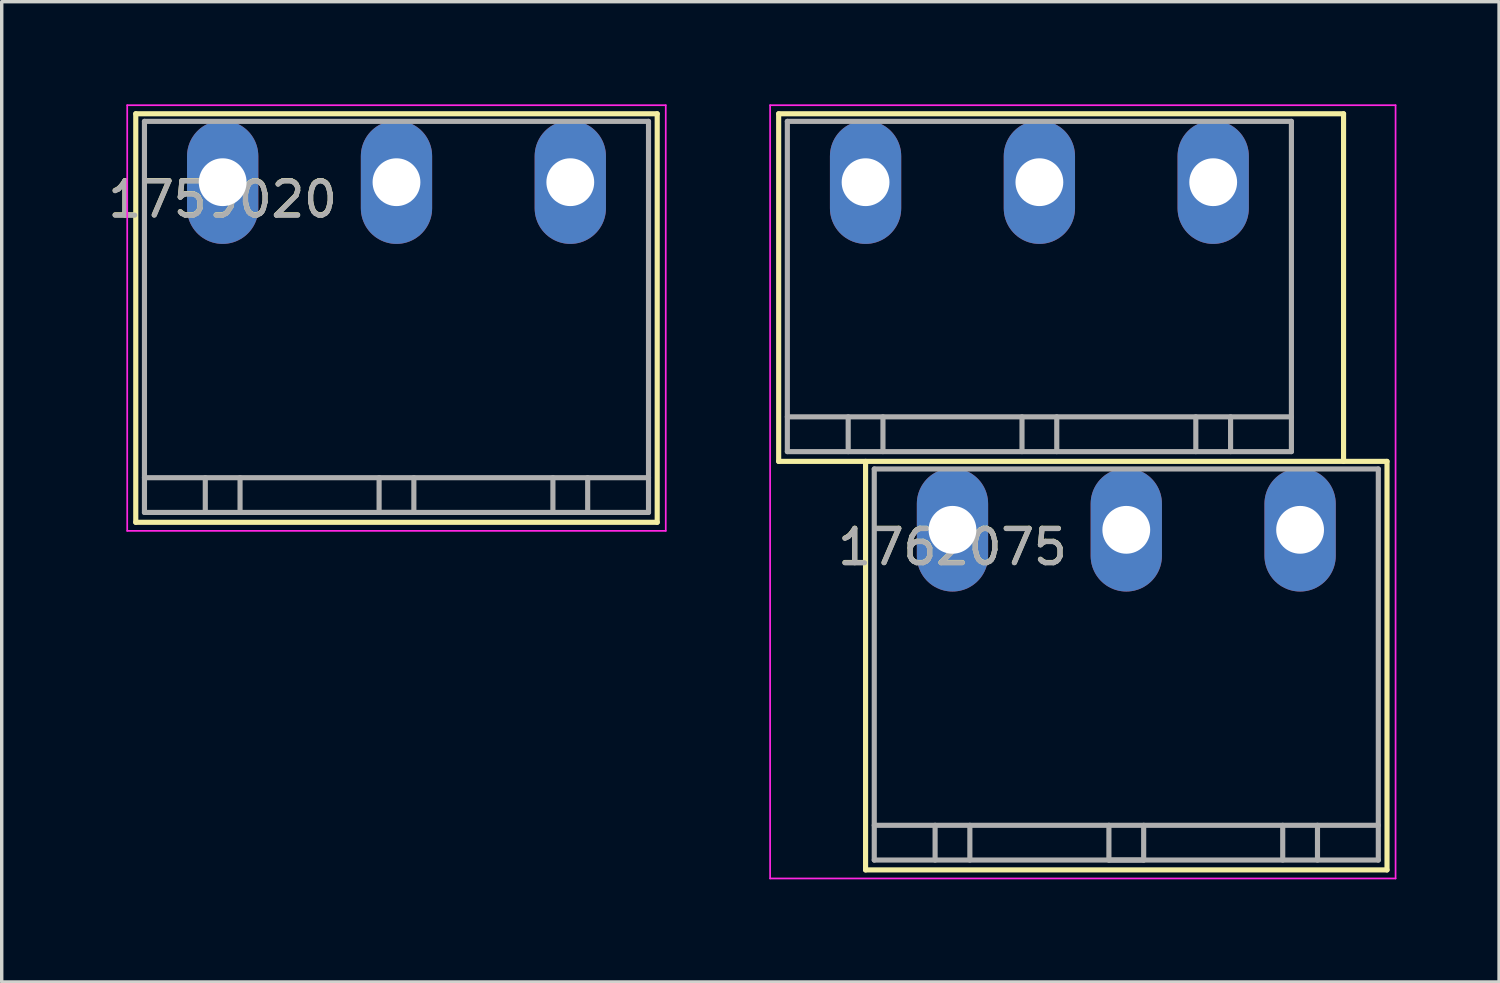
<source format=kicad_pcb>
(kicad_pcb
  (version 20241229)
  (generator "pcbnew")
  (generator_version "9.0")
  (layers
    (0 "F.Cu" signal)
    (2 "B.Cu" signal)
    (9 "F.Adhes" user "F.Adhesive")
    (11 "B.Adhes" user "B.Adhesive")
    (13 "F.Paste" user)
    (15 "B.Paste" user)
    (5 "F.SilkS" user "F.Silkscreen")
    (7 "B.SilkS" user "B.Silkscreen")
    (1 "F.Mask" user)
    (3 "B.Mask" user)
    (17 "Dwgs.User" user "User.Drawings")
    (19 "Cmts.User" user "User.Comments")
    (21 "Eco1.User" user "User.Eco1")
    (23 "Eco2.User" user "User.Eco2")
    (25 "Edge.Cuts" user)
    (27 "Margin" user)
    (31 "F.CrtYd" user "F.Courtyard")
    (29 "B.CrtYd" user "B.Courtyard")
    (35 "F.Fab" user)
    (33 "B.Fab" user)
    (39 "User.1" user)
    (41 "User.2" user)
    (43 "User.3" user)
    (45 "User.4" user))
  (footprint "1762075"
    (layer "F.Cu")
    (at 24.788 12.435)
    (property "Reference" "1762075" (at 0 0.5 0) (layer "F.SilkS") (effects (font (size 1 1) (thickness 0.15))))
    (attr through_hole)
    (fp_line (start -5.08 -12.16) (end -5.08 -2) (stroke (width 0.15) (type solid)) (layer "F.SilkS"))
    (fp_line (start -5.08 -12.16) (end 11.43 -12.16) (stroke (width 0.15) (type solid)) (layer "F.SilkS"))
    (fp_line (start -5.08 -2) (end 12.7 -2) (stroke (width 0.15) (type solid)) (layer "F.SilkS"))
    (fp_line (start -2.54 -2) (end -2.54 9.94) (stroke (width 0.15) (type solid)) (layer "F.SilkS"))
    (fp_line (start -2.54 9.94) (end 12.7 9.94) (stroke (width 0.15) (type solid)) (layer "F.SilkS"))
    (fp_line (start 11.43 -12.16) (end 11.43 -2) (stroke (width 0.15) (type solid)) (layer "F.SilkS"))
    (fp_line (start 12.7 -2) (end 12.7 9.94) (stroke (width 0.15) (type solid)) (layer "F.SilkS"))
    (fp_line (start -5.33 -12.41) (end 12.95 -12.41) (stroke (width 0.05) (type solid)) (layer "F.CrtYd"))
    (fp_line (start -5.33 10.19) (end -5.33 -12.41) (stroke (width 0.05) (type solid)) (layer "F.CrtYd"))
    (fp_line (start 12.95 -12.41) (end 12.95 10.19) (stroke (width 0.05) (type solid)) (layer "F.CrtYd"))
    (fp_line (start 12.95 10.19) (end -5.33 10.19) (stroke (width 0.05) (type solid)) (layer "F.CrtYd"))
    (fp_line (start -4.826 -11.938) (end 9.906 -11.938) (stroke (width 0.15) (type solid)) (layer "F.Fab"))
    (fp_line (start -4.826 -3.302) (end 9.906 -3.302) (stroke (width 0.15) (type solid)) (layer "F.Fab"))
    (fp_line (start -4.826 -2.286) (end -4.826 -11.938) (stroke (width 0.15) (type solid)) (layer "F.Fab"))
    (fp_line (start -3.048 -3.302) (end -3.048 -2.286) (stroke (width 0.15) (type solid)) (layer "F.Fab"))
    (fp_line (start -2.286 -1.778) (end -2.286 9.652) (stroke (width 0.15) (type solid)) (layer "F.Fab"))
    (fp_line (start -2.286 8.636) (end 12.446 8.636) (stroke (width 0.15) (type solid)) (layer "F.Fab"))
    (fp_line (start -2.286 9.652) (end 12.446 9.652) (stroke (width 0.15) (type solid)) (layer "F.Fab"))
    (fp_line (start -2.032 -3.302) (end -2.032 -2.286) (stroke (width 0.15) (type solid)) (layer "F.Fab"))
    (fp_line (start -0.508 8.636) (end -0.508 9.652) (stroke (width 0.15) (type solid)) (layer "F.Fab"))
    (fp_line (start 0.508 9.652) (end 0.508 8.636) (stroke (width 0.15) (type solid)) (layer "F.Fab"))
    (fp_line (start 2.032 -3.302) (end 2.032 -2.286) (stroke (width 0.15) (type solid)) (layer "F.Fab"))
    (fp_line (start 3.048 -3.302) (end 3.048 -2.286) (stroke (width 0.15) (type solid)) (layer "F.Fab"))
    (fp_line (start 4.572 8.636) (end 4.572 9.652) (stroke (width 0.15) (type solid)) (layer "F.Fab"))
    (fp_line (start 4.572 9.652) (end 5.588 9.652) (stroke (width 0.15) (type solid)) (layer "F.Fab"))
    (fp_line (start 5.588 9.652) (end 5.588 8.636) (stroke (width 0.15) (type solid)) (layer "F.Fab"))
    (fp_line (start 7.112 -3.302) (end 7.112 -2.286) (stroke (width 0.15) (type solid)) (layer "F.Fab"))
    (fp_line (start 8.128 -3.302) (end 8.128 -2.286) (stroke (width 0.15) (type solid)) (layer "F.Fab"))
    (fp_line (start 9.652 8.636) (end 9.652 9.652) (stroke (width 0.15) (type solid)) (layer "F.Fab"))
    (fp_line (start 9.906 -11.938) (end 9.906 -2.286) (stroke (width 0.15) (type solid)) (layer "F.Fab"))
    (fp_line (start 9.906 -2.286) (end -4.826 -2.286) (stroke (width 0.15) (type solid)) (layer "F.Fab"))
    (fp_line (start 10.668 9.652) (end 10.668 8.636) (stroke (width 0.15) (type solid)) (layer "F.Fab"))
    (fp_line (start 12.446 -1.778) (end -2.286 -1.778) (stroke (width 0.15) (type solid)) (layer "F.Fab"))
    (fp_line (start 12.446 9.652) (end 12.446 -1.778) (stroke (width 0.15) (type solid)) (layer "F.Fab"))
    (fp_text user "${REFERENCE}" (at 0 0.508 0) (layer "F.Fab") (effects (font (size 1 1) (thickness 0.15))))
    (pad "1" thru_hole oval (at 0 0) (size 2.083 3.607) (drill 1.397) (layers "*.Cu" "*.Mask"))
    (pad "2" thru_hole oval (at 5.08 0) (size 2.083 3.607) (drill 1.397) (layers "*.Cu" "*.Mask"))
    (pad "3" thru_hole oval (at 10.16 0) (size 2.083 3.607) (drill 1.397) (layers "*.Cu" "*.Mask"))
    (pad "4" thru_hole oval (at -2.54 -10.16) (size 2.083 3.607) (drill 1.397) (layers "*.Cu" "*.Mask"))
    (pad "5" thru_hole oval (at 2.54 -10.16) (size 2.083 3.607) (drill 1.397) (layers "*.Cu" "*.Mask"))
    (pad "6" thru_hole oval (at 7.62 -10.16) (size 2.083 3.607) (drill 1.397) (layers "*.Cu" "*.Mask")))
  (footprint "1759020"
    (layer "F.Cu")
    (at 3.458 2.275)
    (property "Reference" "1759020" (at 0 0.5 0) (layer "F.SilkS") (effects (font (size 1 1) (thickness 0.15))))
    (attr through_hole)
    (fp_line (start -2.54 -2) (end -2.54 9.94) (stroke (width 0.15) (type solid)) (layer "F.SilkS"))
    (fp_line (start -2.54 -2) (end 12.7 -2) (stroke (width 0.15) (type solid)) (layer "F.SilkS"))
    (fp_line (start -2.54 9.94) (end 12.7 9.94) (stroke (width 0.15) (type solid)) (layer "F.SilkS"))
    (fp_line (start 12.7 -2) (end 12.7 9.94) (stroke (width 0.15) (type solid)) (layer "F.SilkS"))
    (fp_line (start -2.79 -2.25) (end 12.95 -2.25) (stroke (width 0.05) (type solid)) (layer "F.CrtYd"))
    (fp_line (start -2.79 10.19) (end -2.79 -2.25) (stroke (width 0.05) (type solid)) (layer "F.CrtYd"))
    (fp_line (start 12.95 -2.25) (end 12.95 10.19) (stroke (width 0.05) (type solid)) (layer "F.CrtYd"))
    (fp_line (start 12.95 10.19) (end -2.79 10.19) (stroke (width 0.05) (type solid)) (layer "F.CrtYd"))
    (fp_line (start -2.286 -1.778) (end -2.286 9.652) (stroke (width 0.15) (type solid)) (layer "F.Fab"))
    (fp_line (start -2.286 8.636) (end 12.446 8.636) (stroke (width 0.15) (type solid)) (layer "F.Fab"))
    (fp_line (start -2.286 9.652) (end 12.446 9.652) (stroke (width 0.15) (type solid)) (layer "F.Fab"))
    (fp_line (start -0.508 8.636) (end -0.508 9.652) (stroke (width 0.15) (type solid)) (layer "F.Fab"))
    (fp_line (start 0.508 9.652) (end 0.508 8.636) (stroke (width 0.15) (type solid)) (layer "F.Fab"))
    (fp_line (start 4.572 8.636) (end 4.572 9.652) (stroke (width 0.15) (type solid)) (layer "F.Fab"))
    (fp_line (start 4.572 9.652) (end 5.588 9.652) (stroke (width 0.15) (type solid)) (layer "F.Fab"))
    (fp_line (start 5.588 9.652) (end 5.588 8.636) (stroke (width 0.15) (type solid)) (layer "F.Fab"))
    (fp_line (start 9.652 8.636) (end 9.652 9.652) (stroke (width 0.15) (type solid)) (layer "F.Fab"))
    (fp_line (start 10.668 9.652) (end 10.668 8.636) (stroke (width 0.15) (type solid)) (layer "F.Fab"))
    (fp_line (start 12.446 -1.778) (end -2.286 -1.778) (stroke (width 0.15) (type solid)) (layer "F.Fab"))
    (fp_line (start 12.446 9.652) (end 12.446 -1.778) (stroke (width 0.15) (type solid)) (layer "F.Fab"))
    (fp_text user "${REFERENCE}" (at 0 0.508 0) (layer "F.Fab") (effects (font (size 1 1) (thickness 0.15))))
    (pad "1" thru_hole oval (at 0 0) (size 2.083 3.607) (drill 1.397) (layers "*.Cu" "*.Mask"))
    (pad "2" thru_hole oval (at 5.08 0) (size 2.083 3.607) (drill 1.397) (layers "*.Cu" "*.Mask"))
    (pad "3" thru_hole oval (at 10.16 0) (size 2.083 3.607) (drill 1.397) (layers "*.Cu" "*.Mask")))
  (gr_rect
    (start -3 -3)
    (end 40.763 25.65)
    (stroke (width 0.1) (type default))
    (fill no)
    (layer "Edge.Cuts")))
</source>
